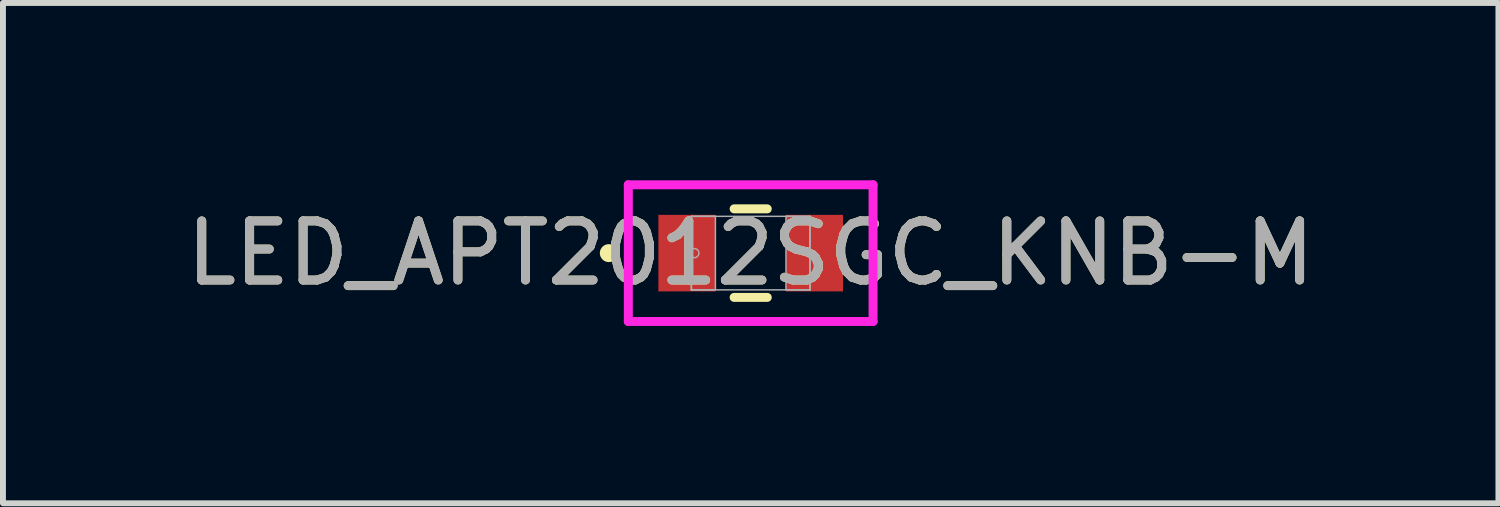
<source format=kicad_pcb>
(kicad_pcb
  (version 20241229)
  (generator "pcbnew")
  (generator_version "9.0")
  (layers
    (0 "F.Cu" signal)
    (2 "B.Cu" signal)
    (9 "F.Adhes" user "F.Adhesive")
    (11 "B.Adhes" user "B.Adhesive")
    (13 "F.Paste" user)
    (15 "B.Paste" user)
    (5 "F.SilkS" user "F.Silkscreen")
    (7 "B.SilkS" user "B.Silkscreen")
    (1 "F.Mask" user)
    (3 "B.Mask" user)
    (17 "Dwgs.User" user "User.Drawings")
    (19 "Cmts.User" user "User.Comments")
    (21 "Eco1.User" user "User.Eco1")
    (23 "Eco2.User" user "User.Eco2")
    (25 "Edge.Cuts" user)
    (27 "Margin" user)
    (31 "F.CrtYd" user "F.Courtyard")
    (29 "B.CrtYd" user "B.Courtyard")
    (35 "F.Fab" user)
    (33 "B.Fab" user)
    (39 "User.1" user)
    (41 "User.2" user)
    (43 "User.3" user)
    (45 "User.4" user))
  (footprint "LED_APT2012SGC_KNB-M"
    (layer "F.Cu")
    (at 9.649 1.232)
    (property "Reference" "LED_APT2012SGC_KNB-M" (at 0 0 0) (unlocked yes) (layer "F.SilkS") (effects (font (size 1 1) (thickness 0.15))))
    (attr smd)
    (fp_line (start -0.28 0.749) (end 0.28 0.749) (stroke (width 0.152) (type solid)) (layer "F.SilkS"))
    (fp_line (start 0.28 -0.749) (end -0.28 -0.749) (stroke (width 0.152) (type solid)) (layer "F.SilkS"))
    (fp_circle (center -2.4 0) (end -2.324 0) (stroke (width 0.152) (type solid)) (fill no) (layer "F.SilkS"))
    (fp_line (start -2.07 -1.156) (end 2.07 -1.156) (stroke (width 0.152) (type solid)) (layer "F.CrtYd"))
    (fp_line (start -2.07 1.156) (end -2.07 -1.156) (stroke (width 0.152) (type solid)) (layer "F.CrtYd"))
    (fp_line (start 2.07 -1.156) (end 2.07 1.156) (stroke (width 0.152) (type solid)) (layer "F.CrtYd"))
    (fp_line (start 2.07 1.156) (end -2.07 1.156) (stroke (width 0.152) (type solid)) (layer "F.CrtYd"))
    (fp_line (start -1.003 -0.622) (end -1.003 0.622) (stroke (width 0.025) (type solid)) (layer "F.Fab"))
    (fp_line (start -1.003 -0.622) (end -1.003 0.622) (stroke (width 0.025) (type solid)) (layer "F.Fab"))
    (fp_line (start -1.003 0.622) (end -0.597 0.622) (stroke (width 0.025) (type solid)) (layer "F.Fab"))
    (fp_line (start -1.003 0.622) (end 1.003 0.622) (stroke (width 0.025) (type solid)) (layer "F.Fab"))
    (fp_line (start -0.597 -0.622) (end -1.003 -0.622) (stroke (width 0.025) (type solid)) (layer "F.Fab"))
    (fp_line (start -0.597 0.622) (end -0.597 -0.622) (stroke (width 0.025) (type solid)) (layer "F.Fab"))
    (fp_line (start 0.597 -0.622) (end 0.597 0.622) (stroke (width 0.025) (type solid)) (layer "F.Fab"))
    (fp_line (start 0.597 0.622) (end 1.003 0.622) (stroke (width 0.025) (type solid)) (layer "F.Fab"))
    (fp_line (start 1.003 -0.622) (end -1.003 -0.622) (stroke (width 0.025) (type solid)) (layer "F.Fab"))
    (fp_line (start 1.003 -0.622) (end 0.597 -0.622) (stroke (width 0.025) (type solid)) (layer "F.Fab"))
    (fp_line (start 1.003 0.622) (end 1.003 -0.622) (stroke (width 0.025) (type solid)) (layer "F.Fab"))
    (fp_line (start 1.003 0.622) (end 1.003 -0.622) (stroke (width 0.025) (type solid)) (layer "F.Fab"))
    (fp_circle (center -0.953 0) (end -0.876 0) (stroke (width 0.025) (type solid)) (fill no) (layer "F.Fab"))
    (fp_text user "${REFERENCE}" (at 0 0 0) (unlocked yes) (layer "F.Fab") (effects (font (size 1 1) (thickness 0.15))))
    (pad "1" smd rect (at -1.079 0) (size 0.965 1.295) (layers "F.Cu" "F.Mask" "F.Paste"))
    (pad "2" smd rect (at 1.079 0) (size 0.965 1.295) (layers "F.Cu" "F.Mask" "F.Paste"))
    (zone (net_name "") (layer "F.Cu") (hatch full 0.508) (connect_pads) (min_thickness 0.254) (filled_areas_thickness no) (keepout (tracks not_allowed) (vias not_allowed) (pads allowed) (copperpour not_allowed) (footprints allowed)) (placement (enabled no)) (fill) (polygon (pts (xy 9.103 0.66) (xy 10.195 0.66) (xy 10.195 1.803) (xy 9.103 1.803)))))
  (gr_rect
    (start -3 -3)
    (end 22.298 5.464)
    (stroke (width 0.1) (type default))
    (fill no)
    (layer "Edge.Cuts")))
</source>
